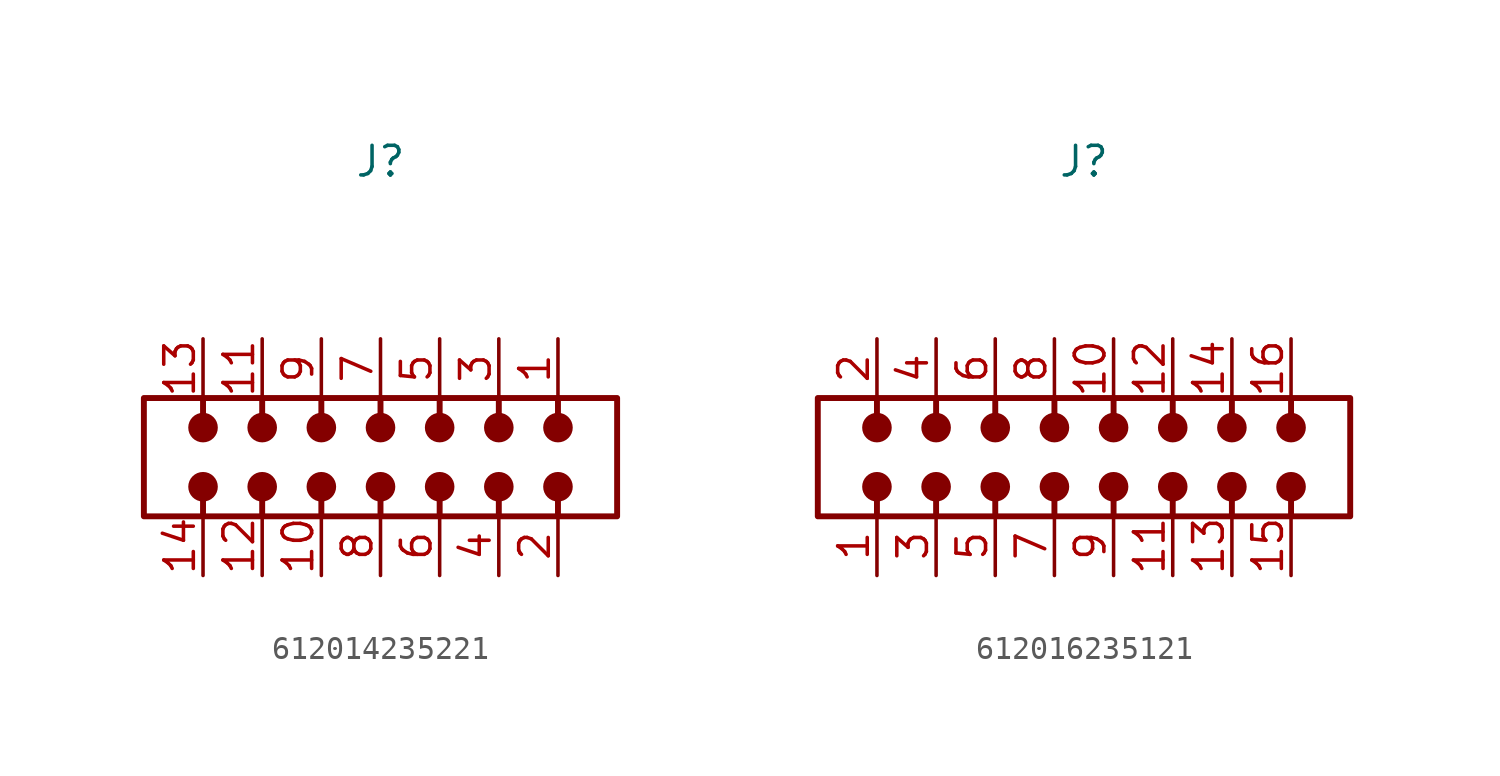
<source format=kicad_sym>
(kicad_symbol_lib
  (version 20241209)
  (generator "kicad_symbol_editor")
  (generator_version "9.0")
  (symbol "612014235221"
    (pin_names
      (hide yes))
    (property "Reference" "J"
      (at 0 12.7 0)
      (effects (font (size 1.27 1.27))))
    (symbol "612014235221_1_1"
      (rectangle (start -10.16 2.54) (end 10.16 -2.54) (stroke (width 0.254) (type solid)) (fill (type none)))
      (polyline (pts (xy -7.62 1.778) (xy -7.62 2.54)) (stroke (width 0.254) (type solid)) (fill (type none)))
      (circle (center -7.62 1.27) (radius 0.508) (stroke (width 0.254) (type solid)) (fill (type outline)))
      (circle (center -7.62 -1.27) (radius 0.508) (stroke (width 0.254) (type solid)) (fill (type outline)))
      (polyline (pts (xy -7.62 -1.778) (xy -7.62 -2.54)) (stroke (width 0.254) (type solid)) (fill (type none)))
      (polyline (pts (xy -5.08 1.778) (xy -5.08 2.54)) (stroke (width 0.254) (type solid)) (fill (type none)))
      (circle (center -5.08 1.27) (radius 0.508) (stroke (width 0.254) (type solid)) (fill (type outline)))
      (circle (center -5.08 -1.27) (radius 0.508) (stroke (width 0.254) (type solid)) (fill (type outline)))
      (polyline (pts (xy -5.08 -1.778) (xy -5.08 -2.54)) (stroke (width 0.254) (type solid)) (fill (type none)))
      (polyline (pts (xy -2.54 1.778) (xy -2.54 2.54)) (stroke (width 0.254) (type solid)) (fill (type none)))
      (circle (center -2.54 1.27) (radius 0.508) (stroke (width 0.254) (type solid)) (fill (type outline)))
      (circle (center -2.54 -1.27) (radius 0.508) (stroke (width 0.254) (type solid)) (fill (type outline)))
      (polyline (pts (xy -2.54 -1.778) (xy -2.54 -2.54)) (stroke (width 0.254) (type solid)) (fill (type none)))
      (polyline (pts (xy 0 1.778) (xy 0 2.54)) (stroke (width 0.254) (type solid)) (fill (type none)))
      (circle (center 0 1.27) (radius 0.508) (stroke (width 0.254) (type solid)) (fill (type outline)))
      (circle (center 0 -1.27) (radius 0.508) (stroke (width 0.254) (type solid)) (fill (type outline)))
      (polyline (pts (xy 0 -1.778) (xy 0 -2.54)) (stroke (width 0.254) (type solid)) (fill (type none)))
      (polyline (pts (xy 2.54 1.778) (xy 2.54 2.54)) (stroke (width 0.254) (type solid)) (fill (type none)))
      (circle (center 2.54 1.27) (radius 0.508) (stroke (width 0.254) (type solid)) (fill (type outline)))
      (circle (center 2.54 -1.27) (radius 0.508) (stroke (width 0.254) (type solid)) (fill (type outline)))
      (polyline (pts (xy 2.54 -1.778) (xy 2.54 -2.54)) (stroke (width 0.254) (type solid)) (fill (type none)))
      (polyline (pts (xy 5.08 1.778) (xy 5.08 2.54)) (stroke (width 0.254) (type solid)) (fill (type none)))
      (circle (center 5.08 1.27) (radius 0.508) (stroke (width 0.254) (type solid)) (fill (type outline)))
      (circle (center 5.08 -1.27) (radius 0.508) (stroke (width 0.254) (type solid)) (fill (type outline)))
      (polyline (pts (xy 5.08 -1.778) (xy 5.08 -2.54)) (stroke (width 0.254) (type solid)) (fill (type none)))
      (polyline (pts (xy 7.62 1.778) (xy 7.62 2.54)) (stroke (width 0.254) (type solid)) (fill (type none)))
      (circle (center 7.62 1.27) (radius 0.508) (stroke (width 0.254) (type solid)) (fill (type outline)))
      (circle (center 7.62 -1.27) (radius 0.508) (stroke (width 0.254) (type solid)) (fill (type outline)))
      (polyline (pts (xy 7.62 -1.778) (xy 7.62 -2.54)) (stroke (width 0.254) (type solid)) (fill (type none)))
      (pin passive line (at -7.62 5.08 270) (length 2.54) (name "13" (effects (font (size 1.27 1.27)))) (number "13" (effects (font (size 1.27 1.27)))))
      (pin passive line (at -7.62 -5.08 90) (length 2.54) (name "14" (effects (font (size 1.27 1.27)))) (number "14" (effects (font (size 1.27 1.27)))))
      (pin passive line (at -5.08 5.08 270) (length 2.54) (name "11" (effects (font (size 1.27 1.27)))) (number "11" (effects (font (size 1.27 1.27)))))
      (pin passive line (at -5.08 -5.08 90) (length 2.54) (name "12" (effects (font (size 1.27 1.27)))) (number "12" (effects (font (size 1.27 1.27)))))
      (pin passive line (at -2.54 5.08 270) (length 2.54) (name "9" (effects (font (size 1.27 1.27)))) (number "9" (effects (font (size 1.27 1.27)))))
      (pin passive line (at -2.54 -5.08 90) (length 2.54) (name "10" (effects (font (size 1.27 1.27)))) (number "10" (effects (font (size 1.27 1.27)))))
      (pin passive line (at 0 5.08 270) (length 2.54) (name "7" (effects (font (size 1.27 1.27)))) (number "7" (effects (font (size 1.27 1.27)))))
      (pin passive line (at 0 -5.08 90) (length 2.54) (name "8" (effects (font (size 1.27 1.27)))) (number "8" (effects (font (size 1.27 1.27)))))
      (pin passive line (at 2.54 5.08 270) (length 2.54) (name "5" (effects (font (size 1.27 1.27)))) (number "5" (effects (font (size 1.27 1.27)))))
      (pin passive line (at 2.54 -5.08 90) (length 2.54) (name "6" (effects (font (size 1.27 1.27)))) (number "6" (effects (font (size 1.27 1.27)))))
      (pin passive line (at 5.08 5.08 270) (length 2.54) (name "3" (effects (font (size 1.27 1.27)))) (number "3" (effects (font (size 1.27 1.27)))))
      (pin passive line (at 5.08 -5.08 90) (length 2.54) (name "4" (effects (font (size 1.27 1.27)))) (number "4" (effects (font (size 1.27 1.27)))))
      (pin passive line (at 7.62 5.08 270) (length 2.54) (name "1" (effects (font (size 1.27 1.27)))) (number "1" (effects (font (size 1.27 1.27)))))
      (pin passive line (at 7.62 -5.08 90) (length 2.54) (name "2" (effects (font (size 1.27 1.27)))) (number "2" (effects (font (size 1.27 1.27)))))))
  (symbol "612016235121"
    (pin_names
      (hide yes))
    (property "Reference" "J"
      (at 0 12.7 0)
      (effects (font (size 1.27 1.27))))
    (symbol "612016235121_1_1"
      (rectangle (start -11.43 2.54) (end 11.43 -2.54) (stroke (width 0.254) (type solid)) (fill (type none)))
      (polyline (pts (xy -8.89 1.778) (xy -8.89 2.54)) (stroke (width 0.254) (type solid)) (fill (type none)))
      (circle (center -8.89 1.27) (radius 0.508) (stroke (width 0.254) (type solid)) (fill (type outline)))
      (circle (center -8.89 -1.27) (radius 0.508) (stroke (width 0.254) (type solid)) (fill (type outline)))
      (polyline (pts (xy -8.89 -1.778) (xy -8.89 -2.54)) (stroke (width 0.254) (type solid)) (fill (type none)))
      (polyline (pts (xy -6.35 1.778) (xy -6.35 2.54)) (stroke (width 0.254) (type solid)) (fill (type none)))
      (circle (center -6.35 1.27) (radius 0.508) (stroke (width 0.254) (type solid)) (fill (type outline)))
      (circle (center -6.35 -1.27) (radius 0.508) (stroke (width 0.254) (type solid)) (fill (type outline)))
      (polyline (pts (xy -6.35 -1.778) (xy -6.35 -2.54)) (stroke (width 0.254) (type solid)) (fill (type none)))
      (polyline (pts (xy -3.81 1.778) (xy -3.81 2.54)) (stroke (width 0.254) (type solid)) (fill (type none)))
      (circle (center -3.81 1.27) (radius 0.508) (stroke (width 0.254) (type solid)) (fill (type outline)))
      (circle (center -3.81 -1.27) (radius 0.508) (stroke (width 0.254) (type solid)) (fill (type outline)))
      (polyline (pts (xy -3.81 -1.778) (xy -3.81 -2.54)) (stroke (width 0.254) (type solid)) (fill (type none)))
      (polyline (pts (xy -1.27 1.778) (xy -1.27 2.54)) (stroke (width 0.254) (type solid)) (fill (type none)))
      (circle (center -1.27 1.27) (radius 0.508) (stroke (width 0.254) (type solid)) (fill (type outline)))
      (circle (center -1.27 -1.27) (radius 0.508) (stroke (width 0.254) (type solid)) (fill (type outline)))
      (polyline (pts (xy -1.27 -1.778) (xy -1.27 -2.54)) (stroke (width 0.254) (type solid)) (fill (type none)))
      (polyline (pts (xy 1.27 1.778) (xy 1.27 2.54)) (stroke (width 0.254) (type solid)) (fill (type none)))
      (circle (center 1.27 1.27) (radius 0.508) (stroke (width 0.254) (type solid)) (fill (type outline)))
      (circle (center 1.27 -1.27) (radius 0.508) (stroke (width 0.254) (type solid)) (fill (type outline)))
      (polyline (pts (xy 1.27 -1.778) (xy 1.27 -2.54)) (stroke (width 0.254) (type solid)) (fill (type none)))
      (polyline (pts (xy 3.81 1.778) (xy 3.81 2.54)) (stroke (width 0.254) (type solid)) (fill (type none)))
      (circle (center 3.81 1.27) (radius 0.508) (stroke (width 0.254) (type solid)) (fill (type outline)))
      (circle (center 3.81 -1.27) (radius 0.508) (stroke (width 0.254) (type solid)) (fill (type outline)))
      (polyline (pts (xy 3.81 -1.778) (xy 3.81 -2.54)) (stroke (width 0.254) (type solid)) (fill (type none)))
      (polyline (pts (xy 6.35 1.778) (xy 6.35 2.54)) (stroke (width 0.254) (type solid)) (fill (type none)))
      (circle (center 6.35 1.27) (radius 0.508) (stroke (width 0.254) (type solid)) (fill (type outline)))
      (circle (center 6.35 -1.27) (radius 0.508) (stroke (width 0.254) (type solid)) (fill (type outline)))
      (polyline (pts (xy 6.35 -1.778) (xy 6.35 -2.54)) (stroke (width 0.254) (type solid)) (fill (type none)))
      (polyline (pts (xy 8.89 1.778) (xy 8.89 2.54)) (stroke (width 0.254) (type solid)) (fill (type none)))
      (circle (center 8.89 1.27) (radius 0.508) (stroke (width 0.254) (type solid)) (fill (type outline)))
      (circle (center 8.89 -1.27) (radius 0.508) (stroke (width 0.254) (type solid)) (fill (type outline)))
      (polyline (pts (xy 8.89 -1.778) (xy 8.89 -2.54)) (stroke (width 0.254) (type solid)) (fill (type none)))
      (pin passive line (at -8.89 5.08 270) (length 2.54) (name "2" (effects (font (size 1.27 1.27)))) (number "2" (effects (font (size 1.27 1.27)))))
      (pin passive line (at -8.89 -5.08 90) (length 2.54) (name "1" (effects (font (size 1.27 1.27)))) (number "1" (effects (font (size 1.27 1.27)))))
      (pin passive line (at -6.35 5.08 270) (length 2.54) (name "4" (effects (font (size 1.27 1.27)))) (number "4" (effects (font (size 1.27 1.27)))))
      (pin passive line (at -6.35 -5.08 90) (length 2.54) (name "3" (effects (font (size 1.27 1.27)))) (number "3" (effects (font (size 1.27 1.27)))))
      (pin passive line (at -3.81 5.08 270) (length 2.54) (name "6" (effects (font (size 1.27 1.27)))) (number "6" (effects (font (size 1.27 1.27)))))
      (pin passive line (at -3.81 -5.08 90) (length 2.54) (name "5" (effects (font (size 1.27 1.27)))) (number "5" (effects (font (size 1.27 1.27)))))
      (pin passive line (at -1.27 5.08 270) (length 2.54) (name "8" (effects (font (size 1.27 1.27)))) (number "8" (effects (font (size 1.27 1.27)))))
      (pin passive line (at -1.27 -5.08 90) (length 2.54) (name "7" (effects (font (size 1.27 1.27)))) (number "7" (effects (font (size 1.27 1.27)))))
      (pin passive line (at 1.27 5.08 270) (length 2.54) (name "10" (effects (font (size 1.27 1.27)))) (number "10" (effects (font (size 1.27 1.27)))))
      (pin passive line (at 1.27 -5.08 90) (length 2.54) (name "9" (effects (font (size 1.27 1.27)))) (number "9" (effects (font (size 1.27 1.27)))))
      (pin passive line (at 3.81 5.08 270) (length 2.54) (name "12" (effects (font (size 1.27 1.27)))) (number "12" (effects (font (size 1.27 1.27)))))
      (pin passive line (at 3.81 -5.08 90) (length 2.54) (name "11" (effects (font (size 1.27 1.27)))) (number "11" (effects (font (size 1.27 1.27)))))
      (pin passive line (at 6.35 5.08 270) (length 2.54) (name "14" (effects (font (size 1.27 1.27)))) (number "14" (effects (font (size 1.27 1.27)))))
      (pin passive line (at 6.35 -5.08 90) (length 2.54) (name "13" (effects (font (size 1.27 1.27)))) (number "13" (effects (font (size 1.27 1.27)))))
      (pin passive line (at 8.89 5.08 270) (length 2.54) (name "16" (effects (font (size 1.27 1.27)))) (number "16" (effects (font (size 1.27 1.27)))))
      (pin passive line (at 8.89 -5.08 90) (length 2.54) (name "15" (effects (font (size 1.27 1.27)))) (number "15" (effects (font (size 1.27 1.27))))))))
</source>
